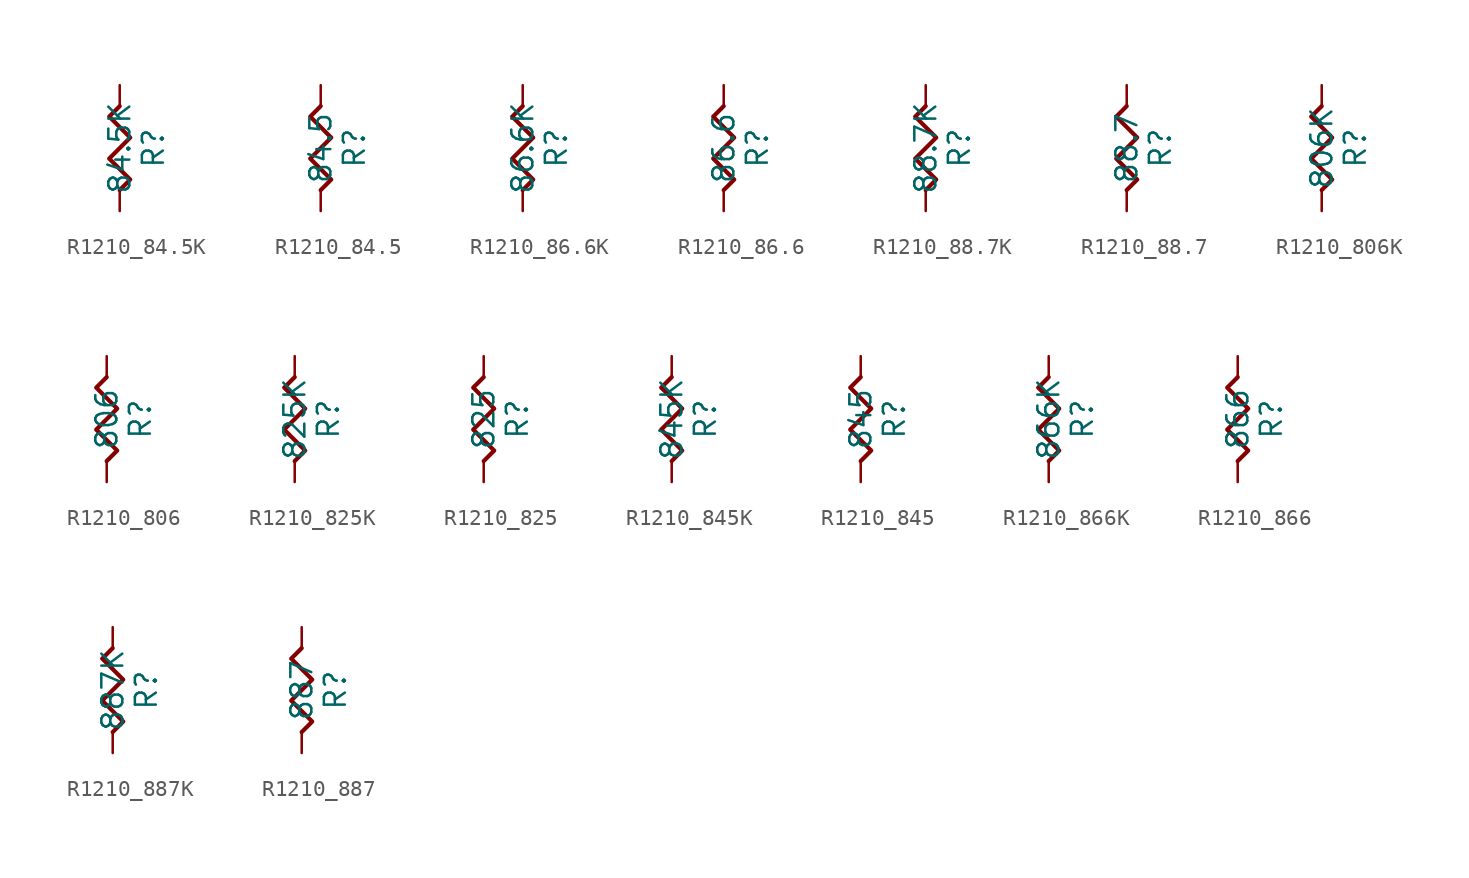
<source format=kicad_sym>
(kicad_symbol_lib
  (version 20211014)
  (generator atlantix-eda)
  (symbol "R1210_84.5K"
    (pin_numbers hide)
    (pin_names
      (offset 0))
    (property "Reference" "R"
      (at 2.032 0 90)
      (effects (font (size 1.27 1.27))))
    (property "Value" "84.5K"
      (at 0 0 90)
      (effects (font (size 1.27 1.27))))
    (symbol "R1210_84.5K_0_1"
      (polyline (pts (xy 0 -2.54) (xy 0.635 -1.905) (xy -0.635 -0.635) (xy 0.635 0.635) (xy -0.635 1.905) (xy 0 2.54)) (stroke (width 0.254) (type default) (color 0 0 0 0)) (fill (type none))))
    (symbol "R1210_84.5K_1_1"
      (pin passive line (at 0 3.81 270) (length 1.27) (name "~" (effects (font (size 1.27 1.27)))) (number "1" (effects (font (size 1.27 1.27)))))
      (pin passive line (at 0 -3.81 90) (length 1.27) (name "~" (effects (font (size 1.27 1.27)))) (number "2" (effects (font (size 1.27 1.27)))))))
  (symbol "R1210_84.5"
    (pin_numbers hide)
    (pin_names
      (offset 0))
    (property "Reference" "R"
      (at 2.032 0 90)
      (effects (font (size 1.27 1.27))))
    (property "Value" "84.5"
      (at 0 0 90)
      (effects (font (size 1.27 1.27))))
    (symbol "R1210_84.5_0_1"
      (polyline (pts (xy 0 -2.54) (xy 0.635 -1.905) (xy -0.635 -0.635) (xy 0.635 0.635) (xy -0.635 1.905) (xy 0 2.54)) (stroke (width 0.254) (type default) (color 0 0 0 0)) (fill (type none))))
    (symbol "R1210_84.5_1_1"
      (pin passive line (at 0 3.81 270) (length 1.27) (name "~" (effects (font (size 1.27 1.27)))) (number "1" (effects (font (size 1.27 1.27)))))
      (pin passive line (at 0 -3.81 90) (length 1.27) (name "~" (effects (font (size 1.27 1.27)))) (number "2" (effects (font (size 1.27 1.27)))))))
  (symbol "R1210_86.6K"
    (pin_numbers hide)
    (pin_names
      (offset 0))
    (property "Reference" "R"
      (at 2.032 0 90)
      (effects (font (size 1.27 1.27))))
    (property "Value" "86.6K"
      (at 0 0 90)
      (effects (font (size 1.27 1.27))))
    (symbol "R1210_86.6K_0_1"
      (polyline (pts (xy 0 -2.54) (xy 0.635 -1.905) (xy -0.635 -0.635) (xy 0.635 0.635) (xy -0.635 1.905) (xy 0 2.54)) (stroke (width 0.254) (type default) (color 0 0 0 0)) (fill (type none))))
    (symbol "R1210_86.6K_1_1"
      (pin passive line (at 0 3.81 270) (length 1.27) (name "~" (effects (font (size 1.27 1.27)))) (number "1" (effects (font (size 1.27 1.27)))))
      (pin passive line (at 0 -3.81 90) (length 1.27) (name "~" (effects (font (size 1.27 1.27)))) (number "2" (effects (font (size 1.27 1.27)))))))
  (symbol "R1210_86.6"
    (pin_numbers hide)
    (pin_names
      (offset 0))
    (property "Reference" "R"
      (at 2.032 0 90)
      (effects (font (size 1.27 1.27))))
    (property "Value" "86.6"
      (at 0 0 90)
      (effects (font (size 1.27 1.27))))
    (symbol "R1210_86.6_0_1"
      (polyline (pts (xy 0 -2.54) (xy 0.635 -1.905) (xy -0.635 -0.635) (xy 0.635 0.635) (xy -0.635 1.905) (xy 0 2.54)) (stroke (width 0.254) (type default) (color 0 0 0 0)) (fill (type none))))
    (symbol "R1210_86.6_1_1"
      (pin passive line (at 0 3.81 270) (length 1.27) (name "~" (effects (font (size 1.27 1.27)))) (number "1" (effects (font (size 1.27 1.27)))))
      (pin passive line (at 0 -3.81 90) (length 1.27) (name "~" (effects (font (size 1.27 1.27)))) (number "2" (effects (font (size 1.27 1.27)))))))
  (symbol "R1210_88.7K"
    (pin_numbers hide)
    (pin_names
      (offset 0))
    (property "Reference" "R"
      (at 2.032 0 90)
      (effects (font (size 1.27 1.27))))
    (property "Value" "88.7K"
      (at 0 0 90)
      (effects (font (size 1.27 1.27))))
    (symbol "R1210_88.7K_0_1"
      (polyline (pts (xy 0 -2.54) (xy 0.635 -1.905) (xy -0.635 -0.635) (xy 0.635 0.635) (xy -0.635 1.905) (xy 0 2.54)) (stroke (width 0.254) (type default) (color 0 0 0 0)) (fill (type none))))
    (symbol "R1210_88.7K_1_1"
      (pin passive line (at 0 3.81 270) (length 1.27) (name "~" (effects (font (size 1.27 1.27)))) (number "1" (effects (font (size 1.27 1.27)))))
      (pin passive line (at 0 -3.81 90) (length 1.27) (name "~" (effects (font (size 1.27 1.27)))) (number "2" (effects (font (size 1.27 1.27)))))))
  (symbol "R1210_88.7"
    (pin_numbers hide)
    (pin_names
      (offset 0))
    (property "Reference" "R"
      (at 2.032 0 90)
      (effects (font (size 1.27 1.27))))
    (property "Value" "88.7"
      (at 0 0 90)
      (effects (font (size 1.27 1.27))))
    (symbol "R1210_88.7_0_1"
      (polyline (pts (xy 0 -2.54) (xy 0.635 -1.905) (xy -0.635 -0.635) (xy 0.635 0.635) (xy -0.635 1.905) (xy 0 2.54)) (stroke (width 0.254) (type default) (color 0 0 0 0)) (fill (type none))))
    (symbol "R1210_88.7_1_1"
      (pin passive line (at 0 3.81 270) (length 1.27) (name "~" (effects (font (size 1.27 1.27)))) (number "1" (effects (font (size 1.27 1.27)))))
      (pin passive line (at 0 -3.81 90) (length 1.27) (name "~" (effects (font (size 1.27 1.27)))) (number "2" (effects (font (size 1.27 1.27)))))))
  (symbol "R1210_806K"
    (pin_numbers hide)
    (pin_names
      (offset 0))
    (property "Reference" "R"
      (at 2.032 0 90)
      (effects (font (size 1.27 1.27))))
    (property "Value" "806K"
      (at 0 0 90)
      (effects (font (size 1.27 1.27))))
    (symbol "R1210_806K_0_1"
      (polyline (pts (xy 0 -2.54) (xy 0.635 -1.905) (xy -0.635 -0.635) (xy 0.635 0.635) (xy -0.635 1.905) (xy 0 2.54)) (stroke (width 0.254) (type default) (color 0 0 0 0)) (fill (type none))))
    (symbol "R1210_806K_1_1"
      (pin passive line (at 0 3.81 270) (length 1.27) (name "~" (effects (font (size 1.27 1.27)))) (number "1" (effects (font (size 1.27 1.27)))))
      (pin passive line (at 0 -3.81 90) (length 1.27) (name "~" (effects (font (size 1.27 1.27)))) (number "2" (effects (font (size 1.27 1.27)))))))
  (symbol "R1210_806"
    (pin_numbers hide)
    (pin_names
      (offset 0))
    (property "Reference" "R"
      (at 2.032 0 90)
      (effects (font (size 1.27 1.27))))
    (property "Value" "806"
      (at 0 0 90)
      (effects (font (size 1.27 1.27))))
    (symbol "R1210_806_0_1"
      (polyline (pts (xy 0 -2.54) (xy 0.635 -1.905) (xy -0.635 -0.635) (xy 0.635 0.635) (xy -0.635 1.905) (xy 0 2.54)) (stroke (width 0.254) (type default) (color 0 0 0 0)) (fill (type none))))
    (symbol "R1210_806_1_1"
      (pin passive line (at 0 3.81 270) (length 1.27) (name "~" (effects (font (size 1.27 1.27)))) (number "1" (effects (font (size 1.27 1.27)))))
      (pin passive line (at 0 -3.81 90) (length 1.27) (name "~" (effects (font (size 1.27 1.27)))) (number "2" (effects (font (size 1.27 1.27)))))))
  (symbol "R1210_825K"
    (pin_numbers hide)
    (pin_names
      (offset 0))
    (property "Reference" "R"
      (at 2.032 0 90)
      (effects (font (size 1.27 1.27))))
    (property "Value" "825K"
      (at 0 0 90)
      (effects (font (size 1.27 1.27))))
    (symbol "R1210_825K_0_1"
      (polyline (pts (xy 0 -2.54) (xy 0.635 -1.905) (xy -0.635 -0.635) (xy 0.635 0.635) (xy -0.635 1.905) (xy 0 2.54)) (stroke (width 0.254) (type default) (color 0 0 0 0)) (fill (type none))))
    (symbol "R1210_825K_1_1"
      (pin passive line (at 0 3.81 270) (length 1.27) (name "~" (effects (font (size 1.27 1.27)))) (number "1" (effects (font (size 1.27 1.27)))))
      (pin passive line (at 0 -3.81 90) (length 1.27) (name "~" (effects (font (size 1.27 1.27)))) (number "2" (effects (font (size 1.27 1.27)))))))
  (symbol "R1210_825"
    (pin_numbers hide)
    (pin_names
      (offset 0))
    (property "Reference" "R"
      (at 2.032 0 90)
      (effects (font (size 1.27 1.27))))
    (property "Value" "825"
      (at 0 0 90)
      (effects (font (size 1.27 1.27))))
    (symbol "R1210_825_0_1"
      (polyline (pts (xy 0 -2.54) (xy 0.635 -1.905) (xy -0.635 -0.635) (xy 0.635 0.635) (xy -0.635 1.905) (xy 0 2.54)) (stroke (width 0.254) (type default) (color 0 0 0 0)) (fill (type none))))
    (symbol "R1210_825_1_1"
      (pin passive line (at 0 3.81 270) (length 1.27) (name "~" (effects (font (size 1.27 1.27)))) (number "1" (effects (font (size 1.27 1.27)))))
      (pin passive line (at 0 -3.81 90) (length 1.27) (name "~" (effects (font (size 1.27 1.27)))) (number "2" (effects (font (size 1.27 1.27)))))))
  (symbol "R1210_845K"
    (pin_numbers hide)
    (pin_names
      (offset 0))
    (property "Reference" "R"
      (at 2.032 0 90)
      (effects (font (size 1.27 1.27))))
    (property "Value" "845K"
      (at 0 0 90)
      (effects (font (size 1.27 1.27))))
    (symbol "R1210_845K_0_1"
      (polyline (pts (xy 0 -2.54) (xy 0.635 -1.905) (xy -0.635 -0.635) (xy 0.635 0.635) (xy -0.635 1.905) (xy 0 2.54)) (stroke (width 0.254) (type default) (color 0 0 0 0)) (fill (type none))))
    (symbol "R1210_845K_1_1"
      (pin passive line (at 0 3.81 270) (length 1.27) (name "~" (effects (font (size 1.27 1.27)))) (number "1" (effects (font (size 1.27 1.27)))))
      (pin passive line (at 0 -3.81 90) (length 1.27) (name "~" (effects (font (size 1.27 1.27)))) (number "2" (effects (font (size 1.27 1.27)))))))
  (symbol "R1210_845"
    (pin_numbers hide)
    (pin_names
      (offset 0))
    (property "Reference" "R"
      (at 2.032 0 90)
      (effects (font (size 1.27 1.27))))
    (property "Value" "845"
      (at 0 0 90)
      (effects (font (size 1.27 1.27))))
    (symbol "R1210_845_0_1"
      (polyline (pts (xy 0 -2.54) (xy 0.635 -1.905) (xy -0.635 -0.635) (xy 0.635 0.635) (xy -0.635 1.905) (xy 0 2.54)) (stroke (width 0.254) (type default) (color 0 0 0 0)) (fill (type none))))
    (symbol "R1210_845_1_1"
      (pin passive line (at 0 3.81 270) (length 1.27) (name "~" (effects (font (size 1.27 1.27)))) (number "1" (effects (font (size 1.27 1.27)))))
      (pin passive line (at 0 -3.81 90) (length 1.27) (name "~" (effects (font (size 1.27 1.27)))) (number "2" (effects (font (size 1.27 1.27)))))))
  (symbol "R1210_866K"
    (pin_numbers hide)
    (pin_names
      (offset 0))
    (property "Reference" "R"
      (at 2.032 0 90)
      (effects (font (size 1.27 1.27))))
    (property "Value" "866K"
      (at 0 0 90)
      (effects (font (size 1.27 1.27))))
    (symbol "R1210_866K_0_1"
      (polyline (pts (xy 0 -2.54) (xy 0.635 -1.905) (xy -0.635 -0.635) (xy 0.635 0.635) (xy -0.635 1.905) (xy 0 2.54)) (stroke (width 0.254) (type default) (color 0 0 0 0)) (fill (type none))))
    (symbol "R1210_866K_1_1"
      (pin passive line (at 0 3.81 270) (length 1.27) (name "~" (effects (font (size 1.27 1.27)))) (number "1" (effects (font (size 1.27 1.27)))))
      (pin passive line (at 0 -3.81 90) (length 1.27) (name "~" (effects (font (size 1.27 1.27)))) (number "2" (effects (font (size 1.27 1.27)))))))
  (symbol "R1210_866"
    (pin_numbers hide)
    (pin_names
      (offset 0))
    (property "Reference" "R"
      (at 2.032 0 90)
      (effects (font (size 1.27 1.27))))
    (property "Value" "866"
      (at 0 0 90)
      (effects (font (size 1.27 1.27))))
    (symbol "R1210_866_0_1"
      (polyline (pts (xy 0 -2.54) (xy 0.635 -1.905) (xy -0.635 -0.635) (xy 0.635 0.635) (xy -0.635 1.905) (xy 0 2.54)) (stroke (width 0.254) (type default) (color 0 0 0 0)) (fill (type none))))
    (symbol "R1210_866_1_1"
      (pin passive line (at 0 3.81 270) (length 1.27) (name "~" (effects (font (size 1.27 1.27)))) (number "1" (effects (font (size 1.27 1.27)))))
      (pin passive line (at 0 -3.81 90) (length 1.27) (name "~" (effects (font (size 1.27 1.27)))) (number "2" (effects (font (size 1.27 1.27)))))))
  (symbol "R1210_887K"
    (pin_numbers hide)
    (pin_names
      (offset 0))
    (property "Reference" "R"
      (at 2.032 0 90)
      (effects (font (size 1.27 1.27))))
    (property "Value" "887K"
      (at 0 0 90)
      (effects (font (size 1.27 1.27))))
    (symbol "R1210_887K_0_1"
      (polyline (pts (xy 0 -2.54) (xy 0.635 -1.905) (xy -0.635 -0.635) (xy 0.635 0.635) (xy -0.635 1.905) (xy 0 2.54)) (stroke (width 0.254) (type default) (color 0 0 0 0)) (fill (type none))))
    (symbol "R1210_887K_1_1"
      (pin passive line (at 0 3.81 270) (length 1.27) (name "~" (effects (font (size 1.27 1.27)))) (number "1" (effects (font (size 1.27 1.27)))))
      (pin passive line (at 0 -3.81 90) (length 1.27) (name "~" (effects (font (size 1.27 1.27)))) (number "2" (effects (font (size 1.27 1.27)))))))
  (symbol "R1210_887"
    (pin_numbers hide)
    (pin_names
      (offset 0))
    (property "Reference" "R"
      (at 2.032 0 90)
      (effects (font (size 1.27 1.27))))
    (property "Value" "887"
      (at 0 0 90)
      (effects (font (size 1.27 1.27))))
    (symbol "R1210_887_0_1"
      (polyline (pts (xy 0 -2.54) (xy 0.635 -1.905) (xy -0.635 -0.635) (xy 0.635 0.635) (xy -0.635 1.905) (xy 0 2.54)) (stroke (width 0.254) (type default) (color 0 0 0 0)) (fill (type none))))
    (symbol "R1210_887_1_1"
      (pin passive line (at 0 3.81 270) (length 1.27) (name "~" (effects (font (size 1.27 1.27)))) (number "1" (effects (font (size 1.27 1.27)))))
      (pin passive line (at 0 -3.81 90) (length 1.27) (name "~" (effects (font (size 1.27 1.27)))) (number "2" (effects (font (size 1.27 1.27))))))))
</source>
